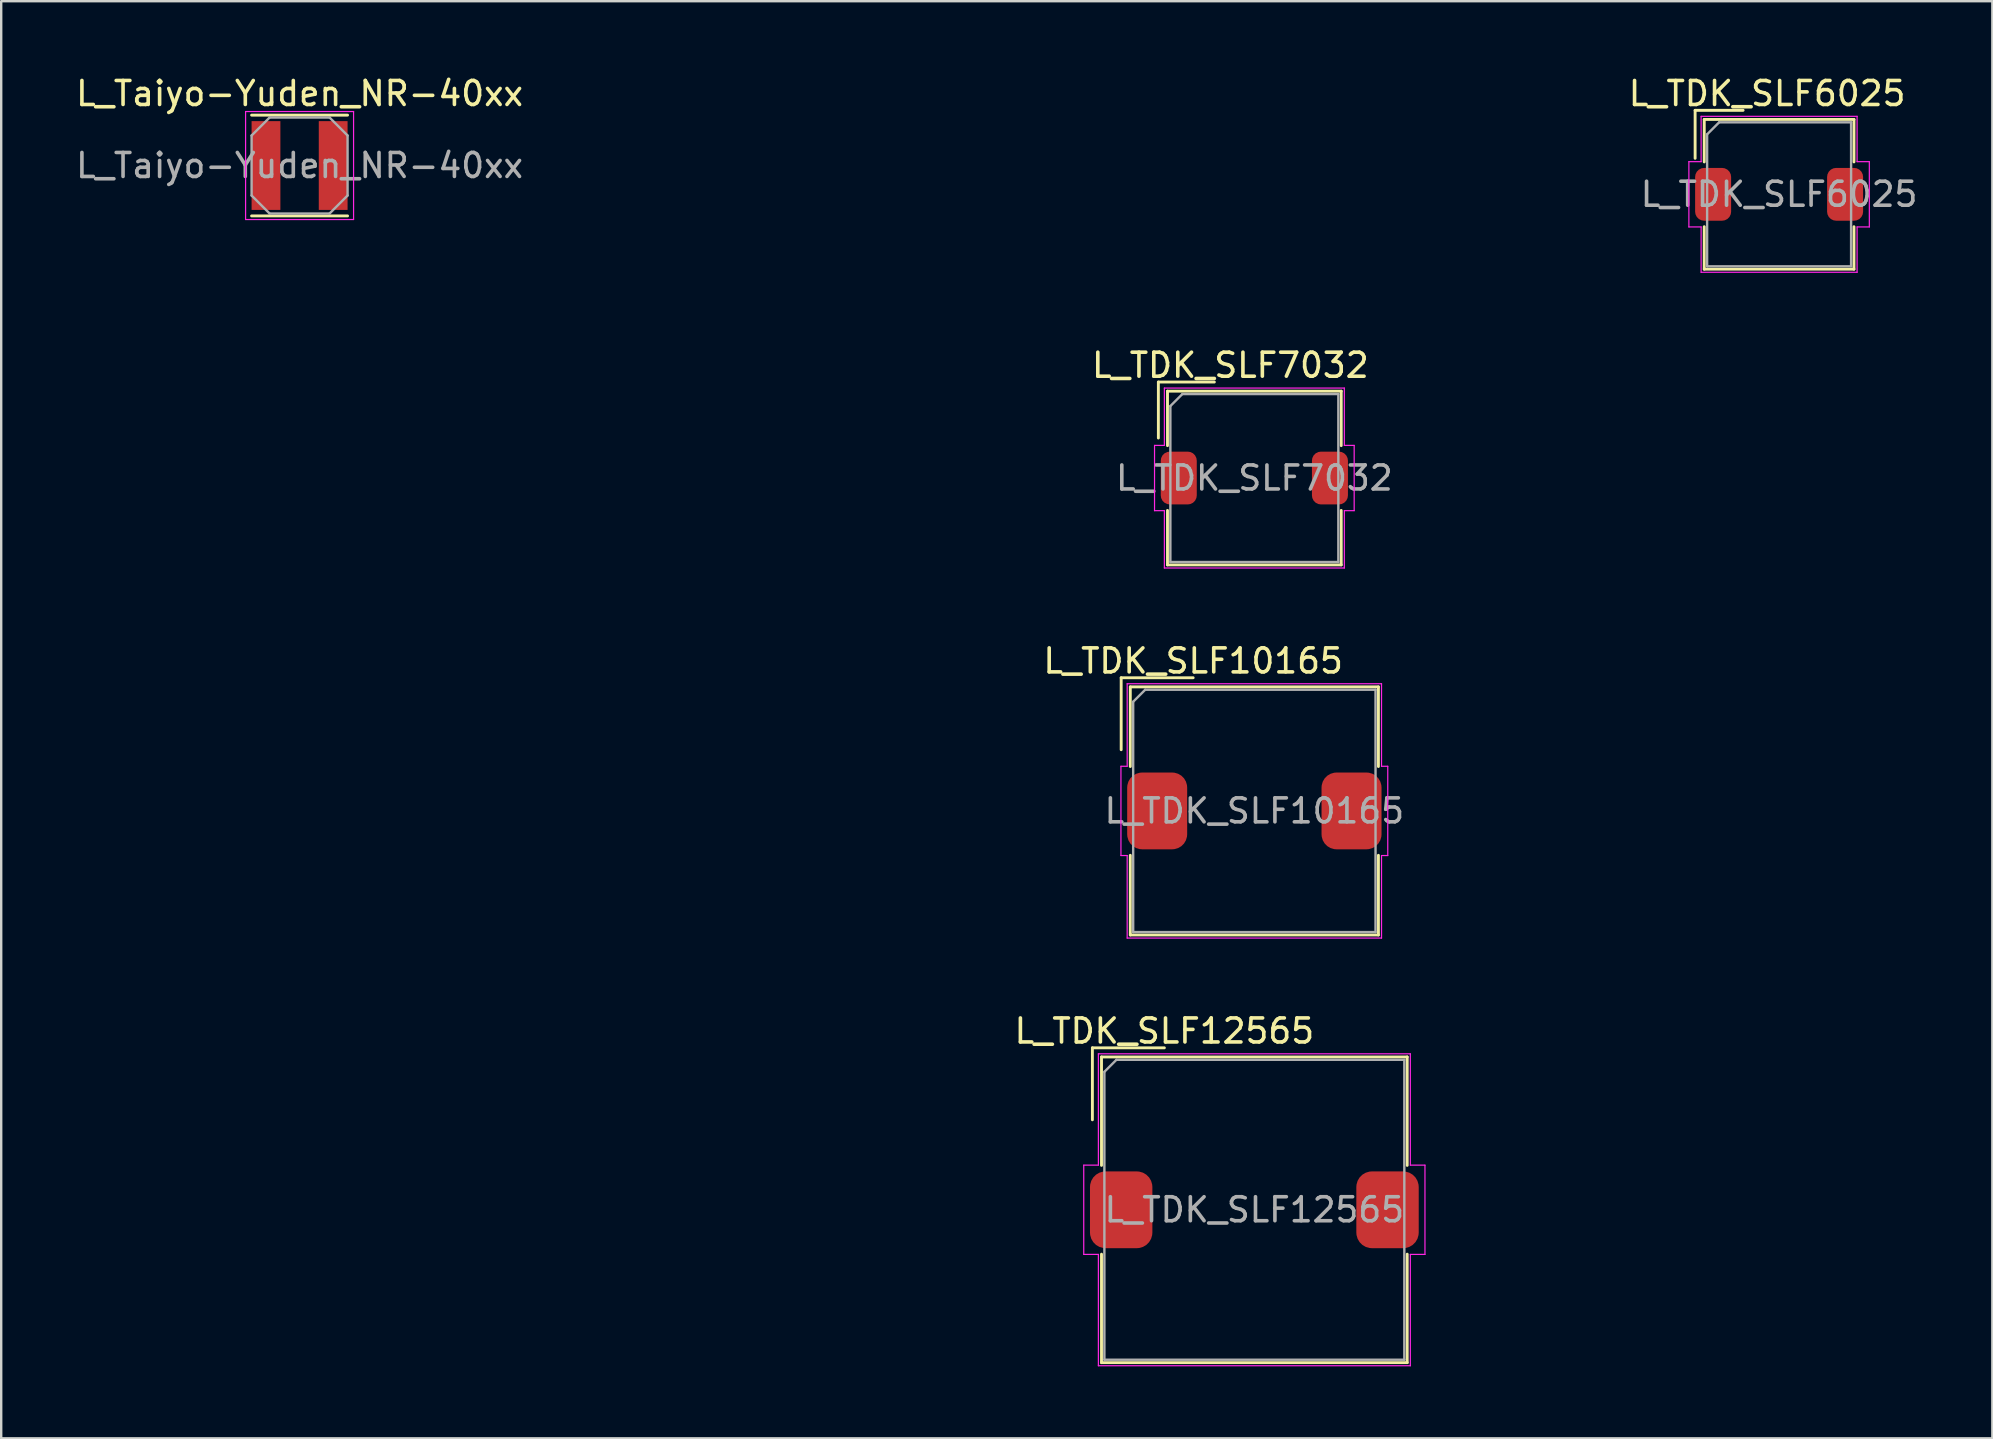
<source format=kicad_pcb>
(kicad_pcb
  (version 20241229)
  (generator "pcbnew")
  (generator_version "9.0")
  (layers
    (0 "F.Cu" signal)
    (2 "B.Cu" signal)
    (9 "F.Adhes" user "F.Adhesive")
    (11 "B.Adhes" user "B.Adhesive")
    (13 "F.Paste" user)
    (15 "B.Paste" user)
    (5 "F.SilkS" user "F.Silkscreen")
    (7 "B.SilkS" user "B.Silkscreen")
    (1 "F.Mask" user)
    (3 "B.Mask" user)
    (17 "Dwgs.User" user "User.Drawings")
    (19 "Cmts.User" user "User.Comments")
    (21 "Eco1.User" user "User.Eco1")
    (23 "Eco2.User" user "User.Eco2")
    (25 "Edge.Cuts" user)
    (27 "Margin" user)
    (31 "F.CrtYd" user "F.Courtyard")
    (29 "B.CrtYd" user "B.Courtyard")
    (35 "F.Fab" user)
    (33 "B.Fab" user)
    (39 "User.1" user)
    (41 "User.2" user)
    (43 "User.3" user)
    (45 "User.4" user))
  (footprint "L_TDK_SLF6025"
    (layer "F.Cu")
    (at 71.094 5.048)
    (property "Reference" "L_TDK_SLF6025" (at -0.5 -4.2 0) (layer "F.SilkS") (effects (font (size 1 1) (thickness 0.15))))
    (attr smd)
    (fp_line (start -3.5 -3.5) (end -1.5 -3.5) (stroke (width 0.12) (type solid)) (layer "F.SilkS"))
    (fp_line (start -3.5 -1.5) (end -3.5 -3.5) (stroke (width 0.12) (type solid)) (layer "F.SilkS"))
    (fp_line (start -3.12 -3.12) (end -3.12 -1.35) (stroke (width 0.12) (type solid)) (layer "F.SilkS"))
    (fp_line (start -3.12 -3.12) (end 3.12 -3.12) (stroke (width 0.12) (type solid)) (layer "F.SilkS"))
    (fp_line (start -3.12 1.35) (end -3.12 3.12) (stroke (width 0.12) (type solid)) (layer "F.SilkS"))
    (fp_line (start -3.12 3.12) (end 3.12 3.12) (stroke (width 0.12) (type solid)) (layer "F.SilkS"))
    (fp_line (start 3.12 -3.12) (end 3.12 -1.35) (stroke (width 0.12) (type solid)) (layer "F.SilkS"))
    (fp_line (start 3.12 1.35) (end 3.12 3.12) (stroke (width 0.12) (type solid)) (layer "F.SilkS"))
    (fp_line (start -3.76 -1.36) (end -3.76 1.36) (stroke (width 0.05) (type solid)) (layer "F.CrtYd"))
    (fp_line (start -3.76 1.36) (end -3.25 1.36) (stroke (width 0.05) (type solid)) (layer "F.CrtYd"))
    (fp_line (start -3.25 -3.25) (end -3.25 -1.36) (stroke (width 0.05) (type solid)) (layer "F.CrtYd"))
    (fp_line (start -3.25 -3.25) (end 3.25 -3.25) (stroke (width 0.05) (type solid)) (layer "F.CrtYd"))
    (fp_line (start -3.25 -1.36) (end -3.76 -1.36) (stroke (width 0.05) (type solid)) (layer "F.CrtYd"))
    (fp_line (start -3.25 1.36) (end -3.25 3.25) (stroke (width 0.05) (type solid)) (layer "F.CrtYd"))
    (fp_line (start -3.25 3.25) (end 3.25 3.25) (stroke (width 0.05) (type solid)) (layer "F.CrtYd"))
    (fp_line (start 3.25 -3.25) (end 3.25 -1.36) (stroke (width 0.05) (type solid)) (layer "F.CrtYd"))
    (fp_line (start 3.25 -1.36) (end 3.76 -1.36) (stroke (width 0.05) (type solid)) (layer "F.CrtYd"))
    (fp_line (start 3.25 1.36) (end 3.25 3.25) (stroke (width 0.05) (type solid)) (layer "F.CrtYd"))
    (fp_line (start 3.76 -1.36) (end 3.76 1.36) (stroke (width 0.05) (type solid)) (layer "F.CrtYd"))
    (fp_line (start 3.76 1.36) (end 3.25 1.36) (stroke (width 0.05) (type solid)) (layer "F.CrtYd"))
    (fp_line (start -3 -2.5) (end -2.5 -3) (stroke (width 0.1) (type solid)) (layer "F.Fab"))
    (fp_line (start -3 3) (end -3 -2.5) (stroke (width 0.1) (type solid)) (layer "F.Fab"))
    (fp_line (start -2.5 -3) (end 3 -3) (stroke (width 0.1) (type solid)) (layer "F.Fab"))
    (fp_line (start 3 -3) (end 3 3) (stroke (width 0.1) (type solid)) (layer "F.Fab"))
    (fp_line (start 3 3) (end -3 3) (stroke (width 0.1) (type solid)) (layer "F.Fab"))
    (fp_text user "" (at -49 0.05 0) (layer "F.SilkS") (effects (font (size 3 3) (thickness 0.15))))
    (fp_text user "${REFERENCE}" (at 0 0 0) (layer "F.Fab") (effects (font (size 1 1) (thickness 0.15))))
    (pad "1" smd roundrect (at -2.75 0) (size 1.5 2.2) (layers "F.Cu" "F.Mask" "F.Paste") (roundrect_rratio 0.25))
    (pad "2" smd roundrect (at 2.75 0) (size 1.5 2.2) (layers "F.Cu" "F.Mask" "F.Paste") (roundrect_rratio 0.25)))
  (footprint "L_TDK_SLF12565"
    (layer "F.Cu")
    (at 49.225 47.368)
    (property "Reference" "L_TDK_SLF12565" (at -3.75 -7.45 0) (layer "F.SilkS") (effects (font (size 1 1) (thickness 0.15))))
    (attr smd)
    (fp_line (start -6.75 -6.75) (end -3.75 -6.75) (stroke (width 0.12) (type solid)) (layer "F.SilkS"))
    (fp_line (start -6.75 -3.75) (end -6.75 -6.75) (stroke (width 0.12) (type solid)) (layer "F.SilkS"))
    (fp_line (start -6.37 -6.37) (end -6.37 -1.85) (stroke (width 0.12) (type solid)) (layer "F.SilkS"))
    (fp_line (start -6.37 -6.37) (end 6.37 -6.37) (stroke (width 0.12) (type solid)) (layer "F.SilkS"))
    (fp_line (start -6.37 1.85) (end -6.37 6.37) (stroke (width 0.12) (type solid)) (layer "F.SilkS"))
    (fp_line (start -6.37 6.37) (end 6.37 6.37) (stroke (width 0.12) (type solid)) (layer "F.SilkS"))
    (fp_line (start 6.37 -6.37) (end 6.37 -1.85) (stroke (width 0.12) (type solid)) (layer "F.SilkS"))
    (fp_line (start 6.37 1.85) (end 6.37 6.37) (stroke (width 0.12) (type solid)) (layer "F.SilkS"))
    (fp_line (start -7.11 -1.86) (end -7.11 1.86) (stroke (width 0.05) (type solid)) (layer "F.CrtYd"))
    (fp_line (start -7.11 1.86) (end -6.5 1.86) (stroke (width 0.05) (type solid)) (layer "F.CrtYd"))
    (fp_line (start -6.5 -6.5) (end -6.5 -1.86) (stroke (width 0.05) (type solid)) (layer "F.CrtYd"))
    (fp_line (start -6.5 -6.5) (end 6.5 -6.5) (stroke (width 0.05) (type solid)) (layer "F.CrtYd"))
    (fp_line (start -6.5 -1.86) (end -7.11 -1.86) (stroke (width 0.05) (type solid)) (layer "F.CrtYd"))
    (fp_line (start -6.5 1.86) (end -6.5 6.5) (stroke (width 0.05) (type solid)) (layer "F.CrtYd"))
    (fp_line (start -6.5 6.5) (end 6.5 6.5) (stroke (width 0.05) (type solid)) (layer "F.CrtYd"))
    (fp_line (start 6.5 -6.5) (end 6.5 -1.86) (stroke (width 0.05) (type solid)) (layer "F.CrtYd"))
    (fp_line (start 6.5 -1.86) (end 7.11 -1.86) (stroke (width 0.05) (type solid)) (layer "F.CrtYd"))
    (fp_line (start 6.5 1.86) (end 6.5 6.5) (stroke (width 0.05) (type solid)) (layer "F.CrtYd"))
    (fp_line (start 7.11 -1.86) (end 7.11 1.86) (stroke (width 0.05) (type solid)) (layer "F.CrtYd"))
    (fp_line (start 7.11 1.86) (end 6.5 1.86) (stroke (width 0.05) (type solid)) (layer "F.CrtYd"))
    (fp_line (start -6.25 -5.75) (end -5.75 -6.25) (stroke (width 0.1) (type solid)) (layer "F.Fab"))
    (fp_line (start -6.25 6.25) (end -6.25 -5.75) (stroke (width 0.1) (type solid)) (layer "F.Fab"))
    (fp_line (start -5.75 -6.25) (end 6.25 -6.25) (stroke (width 0.1) (type solid)) (layer "F.Fab"))
    (fp_line (start 6.25 -6.25) (end 6.25 6.25) (stroke (width 0.1) (type solid)) (layer "F.Fab"))
    (fp_line (start 6.25 6.25) (end -6.25 6.25) (stroke (width 0.1) (type solid)) (layer "F.Fab"))
    (fp_text user "" (at -49 0.05 0) (layer "F.SilkS") (effects (font (size 3 3) (thickness 0.15))))
    (fp_text user "${REFERENCE}" (at 0 0 0) (layer "F.Fab") (effects (font (size 1 1) (thickness 0.15))))
    (pad "1" smd roundrect (at -5.55 0) (size 2.6 3.2) (layers "F.Cu" "F.Mask" "F.Paste") (roundrect_rratio 0.25))
    (pad "2" smd roundrect (at 5.55 0) (size 2.6 3.2) (layers "F.Cu" "F.Mask" "F.Paste") (roundrect_rratio 0.25)))
  (footprint "L_TDK_SLF7032"
    (layer "F.Cu")
    (at 49.225 16.872)
    (property "Reference" "L_TDK_SLF7032" (at -1 -4.7 0) (layer "F.SilkS") (effects (font (size 1 1) (thickness 0.15))))
    (attr smd)
    (fp_line (start -4 -4) (end -1.667 -4) (stroke (width 0.12) (type solid)) (layer "F.SilkS"))
    (fp_line (start -4 -1.667) (end -4 -4) (stroke (width 0.12) (type solid)) (layer "F.SilkS"))
    (fp_line (start -3.62 -3.62) (end -3.62 -1.35) (stroke (width 0.12) (type solid)) (layer "F.SilkS"))
    (fp_line (start -3.62 -3.62) (end 3.62 -3.62) (stroke (width 0.12) (type solid)) (layer "F.SilkS"))
    (fp_line (start -3.62 1.35) (end -3.62 3.62) (stroke (width 0.12) (type solid)) (layer "F.SilkS"))
    (fp_line (start -3.62 3.62) (end 3.62 3.62) (stroke (width 0.12) (type solid)) (layer "F.SilkS"))
    (fp_line (start 3.62 -3.62) (end 3.62 -1.35) (stroke (width 0.12) (type solid)) (layer "F.SilkS"))
    (fp_line (start 3.62 1.35) (end 3.62 3.62) (stroke (width 0.12) (type solid)) (layer "F.SilkS"))
    (fp_line (start -4.16 -1.36) (end -4.16 1.36) (stroke (width 0.05) (type solid)) (layer "F.CrtYd"))
    (fp_line (start -4.16 1.36) (end -3.75 1.36) (stroke (width 0.05) (type solid)) (layer "F.CrtYd"))
    (fp_line (start -3.75 -3.75) (end -3.75 -1.36) (stroke (width 0.05) (type solid)) (layer "F.CrtYd"))
    (fp_line (start -3.75 -3.75) (end 3.75 -3.75) (stroke (width 0.05) (type solid)) (layer "F.CrtYd"))
    (fp_line (start -3.75 -1.36) (end -4.16 -1.36) (stroke (width 0.05) (type solid)) (layer "F.CrtYd"))
    (fp_line (start -3.75 1.36) (end -3.75 3.75) (stroke (width 0.05) (type solid)) (layer "F.CrtYd"))
    (fp_line (start -3.75 3.75) (end 3.75 3.75) (stroke (width 0.05) (type solid)) (layer "F.CrtYd"))
    (fp_line (start 3.75 -3.75) (end 3.75 -1.36) (stroke (width 0.05) (type solid)) (layer "F.CrtYd"))
    (fp_line (start 3.75 -1.36) (end 4.16 -1.36) (stroke (width 0.05) (type solid)) (layer "F.CrtYd"))
    (fp_line (start 3.75 1.36) (end 3.75 3.75) (stroke (width 0.05) (type solid)) (layer "F.CrtYd"))
    (fp_line (start 4.16 -1.36) (end 4.16 1.36) (stroke (width 0.05) (type solid)) (layer "F.CrtYd"))
    (fp_line (start 4.16 1.36) (end 3.75 1.36) (stroke (width 0.05) (type solid)) (layer "F.CrtYd"))
    (fp_line (start -3.5 -3) (end -3 -3.5) (stroke (width 0.1) (type solid)) (layer "F.Fab"))
    (fp_line (start -3.5 3.5) (end -3.5 -3) (stroke (width 0.1) (type solid)) (layer "F.Fab"))
    (fp_line (start -3 -3.5) (end 3.5 -3.5) (stroke (width 0.1) (type solid)) (layer "F.Fab"))
    (fp_line (start 3.5 -3.5) (end 3.5 3.5) (stroke (width 0.1) (type solid)) (layer "F.Fab"))
    (fp_line (start 3.5 3.5) (end -3.5 3.5) (stroke (width 0.1) (type solid)) (layer "F.Fab"))
    (fp_text user "" (at -49 0.05 0) (layer "F.SilkS") (effects (font (size 3 3) (thickness 0.15))))
    (fp_text user "${REFERENCE}" (at 0 0 0) (layer "F.Fab") (effects (font (size 1 1) (thickness 0.15))))
    (pad "1" smd roundrect (at -3.15 0) (size 1.5 2.2) (layers "F.Cu" "F.Mask" "F.Paste") (roundrect_rratio 0.25))
    (pad "2" smd roundrect (at 3.15 0) (size 1.5 2.2) (layers "F.Cu" "F.Mask" "F.Paste") (roundrect_rratio 0.25)))
  (footprint "L_Taiyo-Yuden_NR-40xx"
    (layer "F.Cu")
    (at 9.435 3.848)
    (property "Reference" "L_Taiyo-Yuden_NR-40xx" (at 0 -3 0) (layer "F.SilkS") (effects (font (size 1 1) (thickness 0.15))))
    (attr smd)
    (fp_line (start -2 -2.1) (end 2 -2.1) (stroke (width 0.12) (type solid)) (layer "F.SilkS"))
    (fp_line (start -2 2.1) (end 2 2.1) (stroke (width 0.12) (type solid)) (layer "F.SilkS"))
    (fp_line (start -2.25 -2.25) (end -2.25 2.25) (stroke (width 0.05) (type solid)) (layer "F.CrtYd"))
    (fp_line (start -2.25 2.25) (end 2.25 2.25) (stroke (width 0.05) (type solid)) (layer "F.CrtYd"))
    (fp_line (start 2.25 -2.25) (end -2.25 -2.25) (stroke (width 0.05) (type solid)) (layer "F.CrtYd"))
    (fp_line (start 2.25 2.25) (end 2.25 -2.25) (stroke (width 0.05) (type solid)) (layer "F.CrtYd"))
    (fp_line (start -2 -1.25) (end -1.25 -2) (stroke (width 0.1) (type solid)) (layer "F.Fab"))
    (fp_line (start -2 1.25) (end -2 -1.25) (stroke (width 0.1) (type solid)) (layer "F.Fab"))
    (fp_line (start -2 1.25) (end -1.25 2) (stroke (width 0.1) (type solid)) (layer "F.Fab"))
    (fp_line (start -1.25 -2) (end 1.25 -2) (stroke (width 0.1) (type solid)) (layer "F.Fab"))
    (fp_line (start -1.25 2) (end 1.25 2) (stroke (width 0.1) (type solid)) (layer "F.Fab"))
    (fp_line (start 2 -1.25) (end 1.25 -2) (stroke (width 0.1) (type solid)) (layer "F.Fab"))
    (fp_line (start 2 -1.25) (end 2 1.25) (stroke (width 0.1) (type solid)) (layer "F.Fab"))
    (fp_line (start 2 1.25) (end 1.25 2) (stroke (width 0.1) (type solid)) (layer "F.Fab"))
    (fp_text user "${REFERENCE}" (at 0 0 0) (layer "F.Fab") (effects (font (size 1 1) (thickness 0.15))))
    (pad "1" smd rect (at -1.4 0) (size 1.2 3.7) (layers "F.Cu" "F.Mask" "F.Paste"))
    (pad "2" smd rect (at 1.4 0) (size 1.2 3.7) (layers "F.Cu" "F.Mask" "F.Paste")))
  (footprint "L_TDK_SLF10165"
    (layer "F.Cu")
    (at 49.225 30.745)
    (property "Reference" "L_TDK_SLF10165" (at -2.55 -6.25 0) (layer "F.SilkS") (effects (font (size 1 1) (thickness 0.15))))
    (attr smd)
    (fp_line (start -5.55 -5.55) (end -2.55 -5.55) (stroke (width 0.12) (type solid)) (layer "F.SilkS"))
    (fp_line (start -5.55 -2.55) (end -5.55 -5.55) (stroke (width 0.12) (type solid)) (layer "F.SilkS"))
    (fp_line (start -5.17 -5.17) (end -5.17 -1.85) (stroke (width 0.12) (type solid)) (layer "F.SilkS"))
    (fp_line (start -5.17 -5.17) (end 5.17 -5.17) (stroke (width 0.12) (type solid)) (layer "F.SilkS"))
    (fp_line (start -5.17 1.85) (end -5.17 5.17) (stroke (width 0.12) (type solid)) (layer "F.SilkS"))
    (fp_line (start -5.17 5.17) (end 5.17 5.17) (stroke (width 0.12) (type solid)) (layer "F.SilkS"))
    (fp_line (start 5.17 -5.17) (end 5.17 -1.85) (stroke (width 0.12) (type solid)) (layer "F.SilkS"))
    (fp_line (start 5.17 1.85) (end 5.17 5.17) (stroke (width 0.12) (type solid)) (layer "F.SilkS"))
    (fp_line (start -5.56 -1.86) (end -5.56 1.86) (stroke (width 0.05) (type solid)) (layer "F.CrtYd"))
    (fp_line (start -5.56 1.86) (end -5.3 1.86) (stroke (width 0.05) (type solid)) (layer "F.CrtYd"))
    (fp_line (start -5.3 -5.3) (end -5.3 -1.86) (stroke (width 0.05) (type solid)) (layer "F.CrtYd"))
    (fp_line (start -5.3 -5.3) (end 5.3 -5.3) (stroke (width 0.05) (type solid)) (layer "F.CrtYd"))
    (fp_line (start -5.3 -1.86) (end -5.56 -1.86) (stroke (width 0.05) (type solid)) (layer "F.CrtYd"))
    (fp_line (start -5.3 1.86) (end -5.3 5.3) (stroke (width 0.05) (type solid)) (layer "F.CrtYd"))
    (fp_line (start -5.3 5.3) (end 5.3 5.3) (stroke (width 0.05) (type solid)) (layer "F.CrtYd"))
    (fp_line (start 5.3 -5.3) (end 5.3 -1.86) (stroke (width 0.05) (type solid)) (layer "F.CrtYd"))
    (fp_line (start 5.3 -1.86) (end 5.56 -1.86) (stroke (width 0.05) (type solid)) (layer "F.CrtYd"))
    (fp_line (start 5.3 1.86) (end 5.3 5.3) (stroke (width 0.05) (type solid)) (layer "F.CrtYd"))
    (fp_line (start 5.56 -1.86) (end 5.56 1.86) (stroke (width 0.05) (type solid)) (layer "F.CrtYd"))
    (fp_line (start 5.56 1.86) (end 5.3 1.86) (stroke (width 0.05) (type solid)) (layer "F.CrtYd"))
    (fp_line (start -5.05 -4.55) (end -4.55 -5.05) (stroke (width 0.1) (type solid)) (layer "F.Fab"))
    (fp_line (start -5.05 5.05) (end -5.05 -4.55) (stroke (width 0.1) (type solid)) (layer "F.Fab"))
    (fp_line (start -4.55 -5.05) (end 5.05 -5.05) (stroke (width 0.1) (type solid)) (layer "F.Fab"))
    (fp_line (start 5.05 -5.05) (end 5.05 5.05) (stroke (width 0.1) (type solid)) (layer "F.Fab"))
    (fp_line (start 5.05 5.05) (end -5.05 5.05) (stroke (width 0.1) (type solid)) (layer "F.Fab"))
    (fp_text user "" (at -49 0.05 0) (layer "F.SilkS") (effects (font (size 3 3) (thickness 0.15))))
    (fp_text user "${REFERENCE}" (at 0 0 0) (layer "F.Fab") (effects (font (size 1 1) (thickness 0.15))))
    (pad "1" smd roundrect (at -4.05 0) (size 2.5 3.2) (layers "F.Cu" "F.Mask" "F.Paste") (roundrect_rratio 0.25))
    (pad "2" smd roundrect (at 4.05 0) (size 2.5 3.2) (layers "F.Cu" "F.Mask" "F.Paste") (roundrect_rratio 0.25)))
  (gr_rect
    (start -3 -3)
    (end 79.981 56.893)
    (stroke (width 0.1) (type default))
    (fill no)
    (layer "Edge.Cuts")))
</source>
